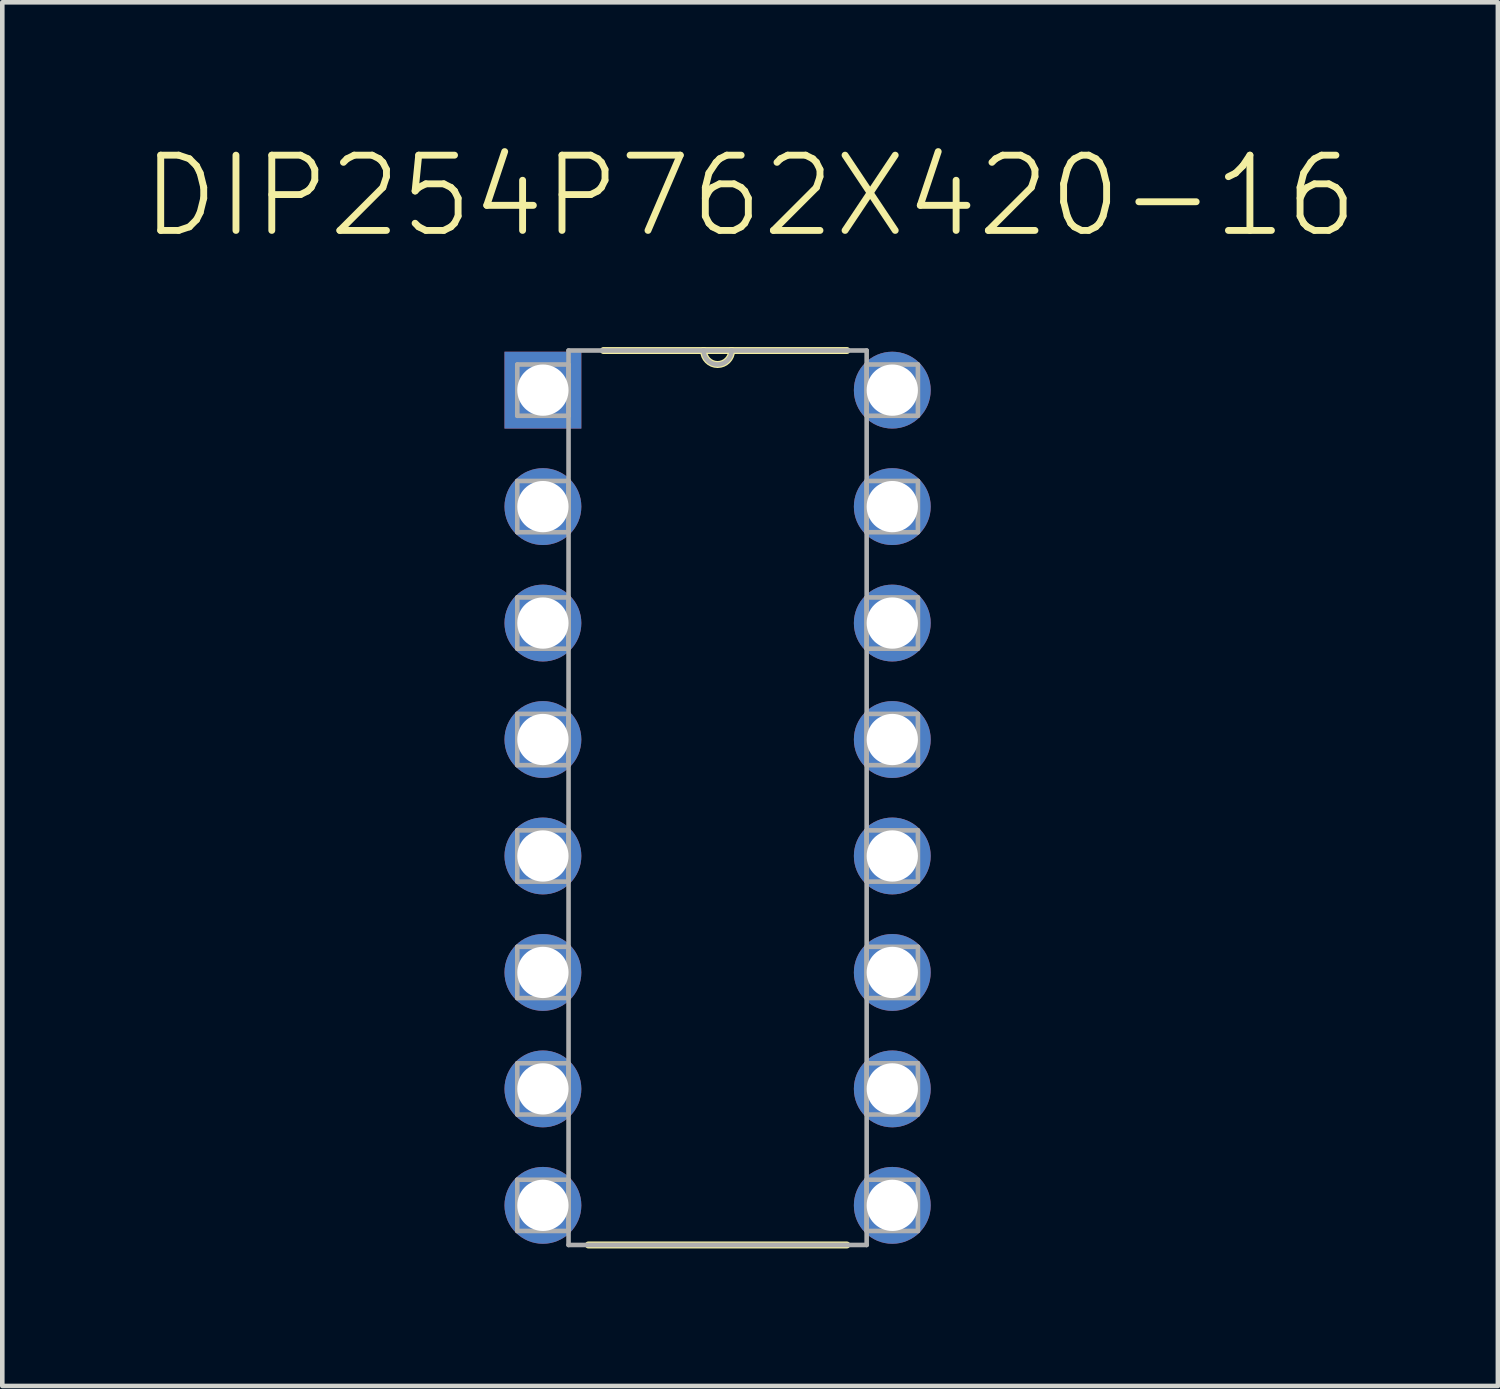
<source format=kicad_pcb>
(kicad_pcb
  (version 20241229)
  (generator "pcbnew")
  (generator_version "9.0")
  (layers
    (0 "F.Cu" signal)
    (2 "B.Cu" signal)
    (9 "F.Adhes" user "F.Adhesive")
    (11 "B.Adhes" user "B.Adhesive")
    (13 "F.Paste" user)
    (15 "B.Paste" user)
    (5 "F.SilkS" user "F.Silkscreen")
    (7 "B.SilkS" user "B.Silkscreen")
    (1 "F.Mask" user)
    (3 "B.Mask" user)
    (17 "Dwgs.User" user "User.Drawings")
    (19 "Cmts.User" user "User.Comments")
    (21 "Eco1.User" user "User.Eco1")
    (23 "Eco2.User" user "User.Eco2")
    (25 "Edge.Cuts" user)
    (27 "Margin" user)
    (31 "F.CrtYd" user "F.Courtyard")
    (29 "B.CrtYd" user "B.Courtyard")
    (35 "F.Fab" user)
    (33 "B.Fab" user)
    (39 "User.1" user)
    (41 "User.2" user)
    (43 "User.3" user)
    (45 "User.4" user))
  (footprint "DIP254P762X420-16"
    (layer "F.Cu")
    (at 16.411 23.239)
    (property "Reference" "DIP254P762X420-16" (at -3.101 -22.015 0) (layer "F.SilkS") (effects (font (size 1.641 1.641) (thickness 0.15))))
    (attr through_hole)
    (fp_line (start -6.629 0.864) (end -0.991 0.864) (stroke (width 0.152) (type solid)) (layer "F.SilkS"))
    (fp_line (start -4.115 -18.644) (end -6.299 -18.644) (stroke (width 0.152) (type solid)) (layer "F.SilkS"))
    (fp_line (start -3.505 -18.644) (end -4.115 -18.644) (stroke (width 0.152) (type solid)) (layer "F.SilkS"))
    (fp_line (start -0.991 -18.644) (end -3.505 -18.644) (stroke (width 0.152) (type solid)) (layer "F.SilkS"))
    (fp_arc (start -3.5052 -18.6436) (mid -3.81 -18.3388) (end -4.1148 -18.6436) (stroke (width 0.1524) (type solid)) (layer "F.SilkS"))
    (fp_line (start -8.179 -18.339) (end -8.179 -17.221) (stroke (width 0.1) (type solid)) (layer "F.Fab"))
    (fp_line (start -8.179 -17.221) (end -7.061 -17.221) (stroke (width 0.1) (type solid)) (layer "F.Fab"))
    (fp_line (start -8.179 -15.799) (end -8.179 -14.681) (stroke (width 0.1) (type solid)) (layer "F.Fab"))
    (fp_line (start -8.179 -14.681) (end -7.061 -14.681) (stroke (width 0.1) (type solid)) (layer "F.Fab"))
    (fp_line (start -8.179 -13.259) (end -8.179 -12.141) (stroke (width 0.1) (type solid)) (layer "F.Fab"))
    (fp_line (start -8.179 -12.141) (end -7.061 -12.141) (stroke (width 0.1) (type solid)) (layer "F.Fab"))
    (fp_line (start -8.179 -10.719) (end -8.179 -9.601) (stroke (width 0.1) (type solid)) (layer "F.Fab"))
    (fp_line (start -8.179 -9.601) (end -7.061 -9.601) (stroke (width 0.1) (type solid)) (layer "F.Fab"))
    (fp_line (start -8.179 -8.179) (end -8.179 -7.061) (stroke (width 0.1) (type solid)) (layer "F.Fab"))
    (fp_line (start -8.179 -7.061) (end -7.061 -7.061) (stroke (width 0.1) (type solid)) (layer "F.Fab"))
    (fp_line (start -8.179 -5.639) (end -8.179 -4.521) (stroke (width 0.1) (type solid)) (layer "F.Fab"))
    (fp_line (start -8.179 -4.521) (end -7.061 -4.521) (stroke (width 0.1) (type solid)) (layer "F.Fab"))
    (fp_line (start -8.179 -3.099) (end -8.179 -1.981) (stroke (width 0.1) (type solid)) (layer "F.Fab"))
    (fp_line (start -8.179 -1.981) (end -7.061 -1.981) (stroke (width 0.1) (type solid)) (layer "F.Fab"))
    (fp_line (start -8.179 -0.559) (end -8.179 0.559) (stroke (width 0.1) (type solid)) (layer "F.Fab"))
    (fp_line (start -8.179 0.559) (end -7.061 0.559) (stroke (width 0.1) (type solid)) (layer "F.Fab"))
    (fp_line (start -7.061 -18.644) (end -7.061 0.864) (stroke (width 0.1) (type solid)) (layer "F.Fab"))
    (fp_line (start -7.061 -18.339) (end -8.179 -18.339) (stroke (width 0.1) (type solid)) (layer "F.Fab"))
    (fp_line (start -7.061 -17.221) (end -7.061 -18.339) (stroke (width 0.1) (type solid)) (layer "F.Fab"))
    (fp_line (start -7.061 -15.799) (end -8.179 -15.799) (stroke (width 0.1) (type solid)) (layer "F.Fab"))
    (fp_line (start -7.061 -14.681) (end -7.061 -15.799) (stroke (width 0.1) (type solid)) (layer "F.Fab"))
    (fp_line (start -7.061 -13.259) (end -8.179 -13.259) (stroke (width 0.1) (type solid)) (layer "F.Fab"))
    (fp_line (start -7.061 -12.141) (end -7.061 -13.259) (stroke (width 0.1) (type solid)) (layer "F.Fab"))
    (fp_line (start -7.061 -10.719) (end -8.179 -10.719) (stroke (width 0.1) (type solid)) (layer "F.Fab"))
    (fp_line (start -7.061 -9.601) (end -7.061 -10.719) (stroke (width 0.1) (type solid)) (layer "F.Fab"))
    (fp_line (start -7.061 -8.179) (end -8.179 -8.179) (stroke (width 0.1) (type solid)) (layer "F.Fab"))
    (fp_line (start -7.061 -7.061) (end -7.061 -8.179) (stroke (width 0.1) (type solid)) (layer "F.Fab"))
    (fp_line (start -7.061 -5.639) (end -8.179 -5.639) (stroke (width 0.1) (type solid)) (layer "F.Fab"))
    (fp_line (start -7.061 -4.521) (end -7.061 -5.639) (stroke (width 0.1) (type solid)) (layer "F.Fab"))
    (fp_line (start -7.061 -3.099) (end -8.179 -3.099) (stroke (width 0.1) (type solid)) (layer "F.Fab"))
    (fp_line (start -7.061 -1.981) (end -7.061 -3.099) (stroke (width 0.1) (type solid)) (layer "F.Fab"))
    (fp_line (start -7.061 -0.559) (end -8.179 -0.559) (stroke (width 0.1) (type solid)) (layer "F.Fab"))
    (fp_line (start -7.061 0.559) (end -7.061 -0.559) (stroke (width 0.1) (type solid)) (layer "F.Fab"))
    (fp_line (start -7.061 0.864) (end -0.559 0.864) (stroke (width 0.1) (type solid)) (layer "F.Fab"))
    (fp_line (start -4.115 -18.644) (end -7.061 -18.644) (stroke (width 0.1) (type solid)) (layer "F.Fab"))
    (fp_line (start -3.505 -18.644) (end -4.115 -18.644) (stroke (width 0.1) (type solid)) (layer "F.Fab"))
    (fp_line (start -0.559 -18.644) (end -3.505 -18.644) (stroke (width 0.1) (type solid)) (layer "F.Fab"))
    (fp_line (start -0.559 -18.339) (end -0.559 -17.221) (stroke (width 0.1) (type solid)) (layer "F.Fab"))
    (fp_line (start -0.559 -17.221) (end 0.559 -17.221) (stroke (width 0.1) (type solid)) (layer "F.Fab"))
    (fp_line (start -0.559 -15.799) (end -0.559 -14.681) (stroke (width 0.1) (type solid)) (layer "F.Fab"))
    (fp_line (start -0.559 -14.681) (end 0.559 -14.681) (stroke (width 0.1) (type solid)) (layer "F.Fab"))
    (fp_line (start -0.559 -13.259) (end -0.559 -12.141) (stroke (width 0.1) (type solid)) (layer "F.Fab"))
    (fp_line (start -0.559 -12.141) (end 0.559 -12.141) (stroke (width 0.1) (type solid)) (layer "F.Fab"))
    (fp_line (start -0.559 -10.719) (end -0.559 -9.601) (stroke (width 0.1) (type solid)) (layer "F.Fab"))
    (fp_line (start -0.559 -9.601) (end 0.559 -9.601) (stroke (width 0.1) (type solid)) (layer "F.Fab"))
    (fp_line (start -0.559 -8.179) (end -0.559 -7.061) (stroke (width 0.1) (type solid)) (layer "F.Fab"))
    (fp_line (start -0.559 -7.061) (end 0.559 -7.061) (stroke (width 0.1) (type solid)) (layer "F.Fab"))
    (fp_line (start -0.559 -5.639) (end -0.559 -4.521) (stroke (width 0.1) (type solid)) (layer "F.Fab"))
    (fp_line (start -0.559 -4.521) (end 0.559 -4.521) (stroke (width 0.1) (type solid)) (layer "F.Fab"))
    (fp_line (start -0.559 -3.099) (end -0.559 -1.981) (stroke (width 0.1) (type solid)) (layer "F.Fab"))
    (fp_line (start -0.559 -1.981) (end 0.559 -1.981) (stroke (width 0.1) (type solid)) (layer "F.Fab"))
    (fp_line (start -0.559 -0.559) (end -0.559 0.559) (stroke (width 0.1) (type solid)) (layer "F.Fab"))
    (fp_line (start -0.559 0.559) (end 0.559 0.559) (stroke (width 0.1) (type solid)) (layer "F.Fab"))
    (fp_line (start -0.559 0.864) (end -0.559 -18.644) (stroke (width 0.1) (type solid)) (layer "F.Fab"))
    (fp_line (start 0.559 -18.339) (end -0.559 -18.339) (stroke (width 0.1) (type solid)) (layer "F.Fab"))
    (fp_line (start 0.559 -17.221) (end 0.559 -18.339) (stroke (width 0.1) (type solid)) (layer "F.Fab"))
    (fp_line (start 0.559 -15.799) (end -0.559 -15.799) (stroke (width 0.1) (type solid)) (layer "F.Fab"))
    (fp_line (start 0.559 -14.681) (end 0.559 -15.799) (stroke (width 0.1) (type solid)) (layer "F.Fab"))
    (fp_line (start 0.559 -13.259) (end -0.559 -13.259) (stroke (width 0.1) (type solid)) (layer "F.Fab"))
    (fp_line (start 0.559 -12.141) (end 0.559 -13.259) (stroke (width 0.1) (type solid)) (layer "F.Fab"))
    (fp_line (start 0.559 -10.719) (end -0.559 -10.719) (stroke (width 0.1) (type solid)) (layer "F.Fab"))
    (fp_line (start 0.559 -9.601) (end 0.559 -10.719) (stroke (width 0.1) (type solid)) (layer "F.Fab"))
    (fp_line (start 0.559 -8.179) (end -0.559 -8.179) (stroke (width 0.1) (type solid)) (layer "F.Fab"))
    (fp_line (start 0.559 -7.061) (end 0.559 -8.179) (stroke (width 0.1) (type solid)) (layer "F.Fab"))
    (fp_line (start 0.559 -5.639) (end -0.559 -5.639) (stroke (width 0.1) (type solid)) (layer "F.Fab"))
    (fp_line (start 0.559 -4.521) (end 0.559 -5.639) (stroke (width 0.1) (type solid)) (layer "F.Fab"))
    (fp_line (start 0.559 -3.099) (end -0.559 -3.099) (stroke (width 0.1) (type solid)) (layer "F.Fab"))
    (fp_line (start 0.559 -1.981) (end 0.559 -3.099) (stroke (width 0.1) (type solid)) (layer "F.Fab"))
    (fp_line (start 0.559 -0.559) (end -0.559 -0.559) (stroke (width 0.1) (type solid)) (layer "F.Fab"))
    (fp_line (start 0.559 0.559) (end 0.559 -0.559) (stroke (width 0.1) (type solid)) (layer "F.Fab"))
    (fp_arc (start -3.5052 -18.6436) (mid -3.81 -18.3388) (end -4.1148 -18.6436) (stroke (width 0.1) (type solid)) (layer "F.Fab"))
    (pad "1" thru_hole rect (at -7.62 -17.78) (size 1.676 1.676) (drill 1.118) (layers "*.Cu" "*.Mask"))
    (pad "2" thru_hole circle (at -7.62 -15.24) (size 1.676 1.676) (drill 1.118) (layers "*.Cu" "*.Mask"))
    (pad "3" thru_hole circle (at -7.62 -12.7) (size 1.676 1.676) (drill 1.118) (layers "*.Cu" "*.Mask"))
    (pad "4" thru_hole circle (at -7.62 -10.16) (size 1.676 1.676) (drill 1.118) (layers "*.Cu" "*.Mask"))
    (pad "5" thru_hole circle (at -7.62 -7.62) (size 1.676 1.676) (drill 1.118) (layers "*.Cu" "*.Mask"))
    (pad "6" thru_hole circle (at -7.62 -5.08) (size 1.676 1.676) (drill 1.118) (layers "*.Cu" "*.Mask"))
    (pad "7" thru_hole circle (at -7.62 -2.54) (size 1.676 1.676) (drill 1.118) (layers "*.Cu" "*.Mask"))
    (pad "8" thru_hole circle (at -7.62 0) (size 1.676 1.676) (drill 1.118) (layers "*.Cu" "*.Mask"))
    (pad "9" thru_hole circle (at 0 0) (size 1.676 1.676) (drill 1.118) (layers "*.Cu" "*.Mask"))
    (pad "10" thru_hole circle (at 0 -2.54) (size 1.676 1.676) (drill 1.118) (layers "*.Cu" "*.Mask"))
    (pad "11" thru_hole circle (at 0 -5.08) (size 1.676 1.676) (drill 1.118) (layers "*.Cu" "*.Mask"))
    (pad "12" thru_hole circle (at 0 -7.62) (size 1.676 1.676) (drill 1.118) (layers "*.Cu" "*.Mask"))
    (pad "13" thru_hole circle (at 0 -10.16) (size 1.676 1.676) (drill 1.118) (layers "*.Cu" "*.Mask"))
    (pad "14" thru_hole circle (at 0 -12.7) (size 1.676 1.676) (drill 1.118) (layers "*.Cu" "*.Mask"))
    (pad "15" thru_hole circle (at 0 -15.24) (size 1.676 1.676) (drill 1.118) (layers "*.Cu" "*.Mask"))
    (pad "16" thru_hole circle (at 0 -17.78) (size 1.676 1.676) (drill 1.118) (layers "*.Cu" "*.Mask")))
  (gr_rect
    (start -3 -3)
    (end 29.619 27.178)
    (stroke (width 0.1) (type default))
    (fill no)
    (layer "Edge.Cuts")))
</source>
